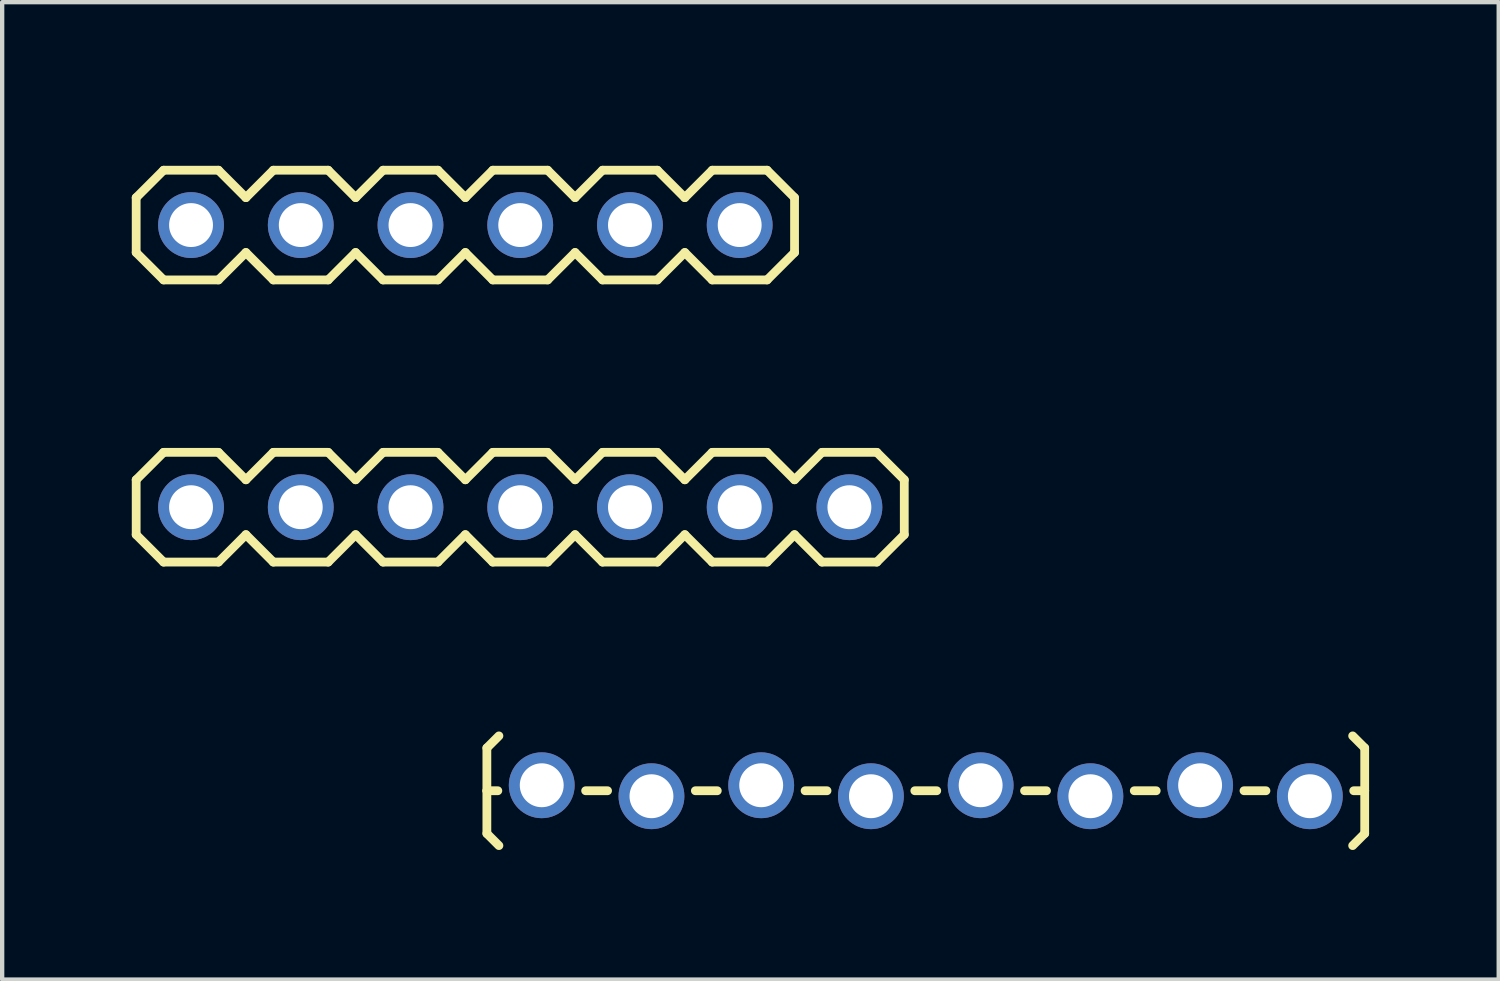
<source format=kicad_pcb>
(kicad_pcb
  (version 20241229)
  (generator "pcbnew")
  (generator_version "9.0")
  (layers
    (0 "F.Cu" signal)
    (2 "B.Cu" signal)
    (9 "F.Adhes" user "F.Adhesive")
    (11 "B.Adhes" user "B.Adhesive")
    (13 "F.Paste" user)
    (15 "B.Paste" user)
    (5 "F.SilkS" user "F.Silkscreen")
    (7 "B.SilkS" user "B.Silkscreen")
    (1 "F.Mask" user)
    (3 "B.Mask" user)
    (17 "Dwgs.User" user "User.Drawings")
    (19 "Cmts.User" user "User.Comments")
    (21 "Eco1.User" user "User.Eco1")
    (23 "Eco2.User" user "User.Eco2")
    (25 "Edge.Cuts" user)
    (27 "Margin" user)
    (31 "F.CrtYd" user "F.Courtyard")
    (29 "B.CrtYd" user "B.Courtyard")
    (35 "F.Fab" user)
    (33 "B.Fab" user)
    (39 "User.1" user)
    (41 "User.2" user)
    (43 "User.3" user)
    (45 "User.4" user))
  (footprint "1X07"
    (layer "F.Cu")
    (at 1.372 8.691)
    (property "Reference" "1X07" (at 1.194 -1.194 0) (layer "Eco1.User") (effects (font (size 1.27 1.27) (thickness 0.127))))
    (attr through_hole)
    (fp_line (start -1.27 -0.635) (end -1.27 0.635) (stroke (width 0.203) (type solid)) (layer "F.SilkS"))
    (fp_line (start -1.27 0.635) (end -0.635 1.27) (stroke (width 0.203) (type solid)) (layer "F.SilkS"))
    (fp_line (start -0.635 -1.27) (end -1.27 -0.635) (stroke (width 0.203) (type solid)) (layer "F.SilkS"))
    (fp_line (start -0.635 -1.27) (end 0.635 -1.27) (stroke (width 0.203) (type solid)) (layer "F.SilkS"))
    (fp_line (start 0.635 -1.27) (end 1.27 -0.635) (stroke (width 0.203) (type solid)) (layer "F.SilkS"))
    (fp_line (start 0.635 1.27) (end -0.635 1.27) (stroke (width 0.203) (type solid)) (layer "F.SilkS"))
    (fp_line (start 1.27 -0.635) (end 1.905 -1.27) (stroke (width 0.203) (type solid)) (layer "F.SilkS"))
    (fp_line (start 1.27 0.635) (end 0.635 1.27) (stroke (width 0.203) (type solid)) (layer "F.SilkS"))
    (fp_line (start 1.905 -1.27) (end 3.175 -1.27) (stroke (width 0.203) (type solid)) (layer "F.SilkS"))
    (fp_line (start 1.905 1.27) (end 1.27 0.635) (stroke (width 0.203) (type solid)) (layer "F.SilkS"))
    (fp_line (start 3.175 -1.27) (end 3.81 -0.635) (stroke (width 0.203) (type solid)) (layer "F.SilkS"))
    (fp_line (start 3.175 1.27) (end 1.905 1.27) (stroke (width 0.203) (type solid)) (layer "F.SilkS"))
    (fp_line (start 3.81 -0.635) (end 4.445 -1.27) (stroke (width 0.203) (type solid)) (layer "F.SilkS"))
    (fp_line (start 3.81 0.635) (end 3.175 1.27) (stroke (width 0.203) (type solid)) (layer "F.SilkS"))
    (fp_line (start 4.445 -1.27) (end 5.715 -1.27) (stroke (width 0.203) (type solid)) (layer "F.SilkS"))
    (fp_line (start 4.445 1.27) (end 3.81 0.635) (stroke (width 0.203) (type solid)) (layer "F.SilkS"))
    (fp_line (start 5.715 -1.27) (end 6.35 -0.635) (stroke (width 0.203) (type solid)) (layer "F.SilkS"))
    (fp_line (start 5.715 1.27) (end 4.445 1.27) (stroke (width 0.203) (type solid)) (layer "F.SilkS"))
    (fp_line (start 6.35 0.635) (end 5.715 1.27) (stroke (width 0.203) (type solid)) (layer "F.SilkS"))
    (fp_line (start 6.35 0.635) (end 6.985 1.27) (stroke (width 0.203) (type solid)) (layer "F.SilkS"))
    (fp_line (start 6.985 -1.27) (end 6.35 -0.635) (stroke (width 0.203) (type solid)) (layer "F.SilkS"))
    (fp_line (start 6.985 -1.27) (end 8.255 -1.27) (stroke (width 0.203) (type solid)) (layer "F.SilkS"))
    (fp_line (start 8.255 -1.27) (end 8.89 -0.635) (stroke (width 0.203) (type solid)) (layer "F.SilkS"))
    (fp_line (start 8.255 1.27) (end 6.985 1.27) (stroke (width 0.203) (type solid)) (layer "F.SilkS"))
    (fp_line (start 8.89 -0.635) (end 9.525 -1.27) (stroke (width 0.203) (type solid)) (layer "F.SilkS"))
    (fp_line (start 8.89 0.635) (end 8.255 1.27) (stroke (width 0.203) (type solid)) (layer "F.SilkS"))
    (fp_line (start 9.525 -1.27) (end 10.795 -1.27) (stroke (width 0.203) (type solid)) (layer "F.SilkS"))
    (fp_line (start 9.525 1.27) (end 8.89 0.635) (stroke (width 0.203) (type solid)) (layer "F.SilkS"))
    (fp_line (start 10.795 -1.27) (end 11.43 -0.635) (stroke (width 0.203) (type solid)) (layer "F.SilkS"))
    (fp_line (start 10.795 1.27) (end 9.525 1.27) (stroke (width 0.203) (type solid)) (layer "F.SilkS"))
    (fp_line (start 11.43 -0.635) (end 12.065 -1.27) (stroke (width 0.203) (type solid)) (layer "F.SilkS"))
    (fp_line (start 11.43 0.635) (end 10.795 1.27) (stroke (width 0.203) (type solid)) (layer "F.SilkS"))
    (fp_line (start 12.065 -1.27) (end 13.335 -1.27) (stroke (width 0.203) (type solid)) (layer "F.SilkS"))
    (fp_line (start 12.065 1.27) (end 11.43 0.635) (stroke (width 0.203) (type solid)) (layer "F.SilkS"))
    (fp_line (start 13.335 -1.27) (end 13.97 -0.635) (stroke (width 0.203) (type solid)) (layer "F.SilkS"))
    (fp_line (start 13.335 1.27) (end 12.065 1.27) (stroke (width 0.203) (type solid)) (layer "F.SilkS"))
    (fp_line (start 13.97 0.635) (end 13.335 1.27) (stroke (width 0.203) (type solid)) (layer "F.SilkS"))
    (fp_line (start 13.97 0.635) (end 14.605 1.27) (stroke (width 0.203) (type solid)) (layer "F.SilkS"))
    (fp_line (start 14.605 -1.27) (end 13.97 -0.635) (stroke (width 0.203) (type solid)) (layer "F.SilkS"))
    (fp_line (start 14.605 -1.27) (end 15.875 -1.27) (stroke (width 0.203) (type solid)) (layer "F.SilkS"))
    (fp_line (start 15.875 -1.27) (end 16.51 -0.635) (stroke (width 0.203) (type solid)) (layer "F.SilkS"))
    (fp_line (start 15.875 1.27) (end 14.605 1.27) (stroke (width 0.203) (type solid)) (layer "F.SilkS"))
    (fp_line (start 16.51 -0.635) (end 16.51 0.635) (stroke (width 0.203) (type solid)) (layer "F.SilkS"))
    (fp_line (start 16.51 0.635) (end 15.875 1.27) (stroke (width 0.203) (type solid)) (layer "F.SilkS"))
    (pad "1" thru_hole oval (at 0 0 90) (size 1.524 1.524) (drill 1.016) (layers "*.Cu" "*.Mask"))
    (pad "2" thru_hole oval (at 2.54 0 90) (size 1.524 1.524) (drill 1.016) (layers "*.Cu" "*.Mask"))
    (pad "3" thru_hole oval (at 5.08 0 90) (size 1.524 1.524) (drill 1.016) (layers "*.Cu" "*.Mask"))
    (pad "4" thru_hole oval (at 7.62 0 90) (size 1.524 1.524) (drill 1.016) (layers "*.Cu" "*.Mask"))
    (pad "5" thru_hole oval (at 10.16 0 90) (size 1.524 1.524) (drill 1.016) (layers "*.Cu" "*.Mask"))
    (pad "6" thru_hole oval (at 12.7 0 90) (size 1.524 1.524) (drill 1.016) (layers "*.Cu" "*.Mask"))
    (pad "7" thru_hole oval (at 15.24 0 90) (size 1.524 1.524) (drill 1.016) (layers "*.Cu" "*.Mask")))
  (footprint "1X08_LOCK_LONGPADS"
    (layer "F.Cu")
    (at 9.49 15.254)
    (property "Reference" "1X08_LOCK_LONGPADS" (at 1.27 -1.27 0) (layer "Eco1.User") (effects (font (size 1.27 1.27) (thickness 0.102))))
    (attr through_hole)
    (fp_line (start -1.27 -0.991) (end -0.991 -1.27) (stroke (width 0.203) (type solid)) (layer "F.SilkS"))
    (fp_line (start -1.27 0) (end -1.27 -0.991) (stroke (width 0.203) (type solid)) (layer "F.SilkS"))
    (fp_line (start -1.27 0) (end -1.27 0.991) (stroke (width 0.203) (type solid)) (layer "F.SilkS"))
    (fp_line (start -1.27 0) (end -1.016 0) (stroke (width 0.203) (type solid)) (layer "F.SilkS"))
    (fp_line (start -1.27 0.991) (end -0.991 1.27) (stroke (width 0.203) (type solid)) (layer "F.SilkS"))
    (fp_line (start 1.524 0) (end 1.016 0) (stroke (width 0.203) (type solid)) (layer "F.SilkS"))
    (fp_line (start 4.064 0) (end 3.556 0) (stroke (width 0.203) (type solid)) (layer "F.SilkS"))
    (fp_line (start 6.604 0) (end 6.096 0) (stroke (width 0.203) (type solid)) (layer "F.SilkS"))
    (fp_line (start 9.144 0) (end 8.636 0) (stroke (width 0.203) (type solid)) (layer "F.SilkS"))
    (fp_line (start 11.684 0) (end 11.176 0) (stroke (width 0.203) (type solid)) (layer "F.SilkS"))
    (fp_line (start 14.224 0) (end 13.716 0) (stroke (width 0.203) (type solid)) (layer "F.SilkS"))
    (fp_line (start 16.764 0) (end 16.256 0) (stroke (width 0.203) (type solid)) (layer "F.SilkS"))
    (fp_line (start 19.05 -0.991) (end 18.771 -1.27) (stroke (width 0.203) (type solid)) (layer "F.SilkS"))
    (fp_line (start 19.05 0) (end 18.796 0) (stroke (width 0.203) (type solid)) (layer "F.SilkS"))
    (fp_line (start 19.05 0) (end 19.05 -0.991) (stroke (width 0.203) (type solid)) (layer "F.SilkS"))
    (fp_line (start 19.05 0) (end 19.05 0.991) (stroke (width 0.203) (type solid)) (layer "F.SilkS"))
    (fp_line (start 19.05 0.991) (end 18.771 1.27) (stroke (width 0.203) (type solid)) (layer "F.SilkS"))
    (pad "1" thru_hole oval (at 0 -0.127 90) (size 1.524 1.524) (drill 1.016) (layers "*.Cu" "*.Mask"))
    (pad "2" thru_hole oval (at 2.54 0.127 90) (size 1.524 1.524) (drill 1.016) (layers "*.Cu" "*.Mask"))
    (pad "3" thru_hole oval (at 5.08 -0.127 90) (size 1.524 1.524) (drill 1.016) (layers "*.Cu" "*.Mask"))
    (pad "4" thru_hole oval (at 7.62 0.127 90) (size 1.524 1.524) (drill 1.016) (layers "*.Cu" "*.Mask"))
    (pad "5" thru_hole oval (at 10.16 -0.127 90) (size 1.524 1.524) (drill 1.016) (layers "*.Cu" "*.Mask"))
    (pad "6" thru_hole oval (at 12.7 0.127 90) (size 1.524 1.524) (drill 1.016) (layers "*.Cu" "*.Mask"))
    (pad "7" thru_hole oval (at 15.24 -0.127 90) (size 1.524 1.524) (drill 1.016) (layers "*.Cu" "*.Mask"))
    (pad "8" thru_hole oval (at 17.78 0.127 90) (size 1.524 1.524) (drill 1.016) (layers "*.Cu" "*.Mask")))
  (footprint "1X06"
    (layer "F.Cu")
    (at 1.372 2.16)
    (property "Reference" "1X06" (at 1.194 -1.194 0) (layer "Eco1.User") (effects (font (size 1.27 1.27) (thickness 0.127))))
    (attr through_hole)
    (fp_line (start -1.27 -0.635) (end -1.27 0.635) (stroke (width 0.203) (type solid)) (layer "F.SilkS"))
    (fp_line (start -1.27 0.635) (end -0.635 1.27) (stroke (width 0.203) (type solid)) (layer "F.SilkS"))
    (fp_line (start -0.635 -1.27) (end -1.27 -0.635) (stroke (width 0.203) (type solid)) (layer "F.SilkS"))
    (fp_line (start -0.635 -1.27) (end 0.635 -1.27) (stroke (width 0.203) (type solid)) (layer "F.SilkS"))
    (fp_line (start 0.635 -1.27) (end 1.27 -0.635) (stroke (width 0.203) (type solid)) (layer "F.SilkS"))
    (fp_line (start 0.635 1.27) (end -0.635 1.27) (stroke (width 0.203) (type solid)) (layer "F.SilkS"))
    (fp_line (start 1.27 -0.635) (end 1.905 -1.27) (stroke (width 0.203) (type solid)) (layer "F.SilkS"))
    (fp_line (start 1.27 0.635) (end 0.635 1.27) (stroke (width 0.203) (type solid)) (layer "F.SilkS"))
    (fp_line (start 1.905 -1.27) (end 3.175 -1.27) (stroke (width 0.203) (type solid)) (layer "F.SilkS"))
    (fp_line (start 1.905 1.27) (end 1.27 0.635) (stroke (width 0.203) (type solid)) (layer "F.SilkS"))
    (fp_line (start 3.175 -1.27) (end 3.81 -0.635) (stroke (width 0.203) (type solid)) (layer "F.SilkS"))
    (fp_line (start 3.175 1.27) (end 1.905 1.27) (stroke (width 0.203) (type solid)) (layer "F.SilkS"))
    (fp_line (start 3.81 -0.635) (end 4.445 -1.27) (stroke (width 0.203) (type solid)) (layer "F.SilkS"))
    (fp_line (start 3.81 0.635) (end 3.175 1.27) (stroke (width 0.203) (type solid)) (layer "F.SilkS"))
    (fp_line (start 4.445 -1.27) (end 5.715 -1.27) (stroke (width 0.203) (type solid)) (layer "F.SilkS"))
    (fp_line (start 4.445 1.27) (end 3.81 0.635) (stroke (width 0.203) (type solid)) (layer "F.SilkS"))
    (fp_line (start 5.715 -1.27) (end 6.35 -0.635) (stroke (width 0.203) (type solid)) (layer "F.SilkS"))
    (fp_line (start 5.715 1.27) (end 4.445 1.27) (stroke (width 0.203) (type solid)) (layer "F.SilkS"))
    (fp_line (start 6.35 0.635) (end 5.715 1.27) (stroke (width 0.203) (type solid)) (layer "F.SilkS"))
    (fp_line (start 6.35 0.635) (end 6.985 1.27) (stroke (width 0.203) (type solid)) (layer "F.SilkS"))
    (fp_line (start 6.985 -1.27) (end 6.35 -0.635) (stroke (width 0.203) (type solid)) (layer "F.SilkS"))
    (fp_line (start 6.985 -1.27) (end 8.255 -1.27) (stroke (width 0.203) (type solid)) (layer "F.SilkS"))
    (fp_line (start 8.255 -1.27) (end 8.89 -0.635) (stroke (width 0.203) (type solid)) (layer "F.SilkS"))
    (fp_line (start 8.255 1.27) (end 6.985 1.27) (stroke (width 0.203) (type solid)) (layer "F.SilkS"))
    (fp_line (start 8.89 -0.635) (end 9.525 -1.27) (stroke (width 0.203) (type solid)) (layer "F.SilkS"))
    (fp_line (start 8.89 0.635) (end 8.255 1.27) (stroke (width 0.203) (type solid)) (layer "F.SilkS"))
    (fp_line (start 9.525 -1.27) (end 10.795 -1.27) (stroke (width 0.203) (type solid)) (layer "F.SilkS"))
    (fp_line (start 9.525 1.27) (end 8.89 0.635) (stroke (width 0.203) (type solid)) (layer "F.SilkS"))
    (fp_line (start 10.795 -1.27) (end 11.43 -0.635) (stroke (width 0.203) (type solid)) (layer "F.SilkS"))
    (fp_line (start 10.795 1.27) (end 9.525 1.27) (stroke (width 0.203) (type solid)) (layer "F.SilkS"))
    (fp_line (start 11.43 -0.635) (end 12.065 -1.27) (stroke (width 0.203) (type solid)) (layer "F.SilkS"))
    (fp_line (start 11.43 0.635) (end 10.795 1.27) (stroke (width 0.203) (type solid)) (layer "F.SilkS"))
    (fp_line (start 12.065 -1.27) (end 13.335 -1.27) (stroke (width 0.203) (type solid)) (layer "F.SilkS"))
    (fp_line (start 12.065 1.27) (end 11.43 0.635) (stroke (width 0.203) (type solid)) (layer "F.SilkS"))
    (fp_line (start 13.335 -1.27) (end 13.97 -0.635) (stroke (width 0.203) (type solid)) (layer "F.SilkS"))
    (fp_line (start 13.335 1.27) (end 12.065 1.27) (stroke (width 0.203) (type solid)) (layer "F.SilkS"))
    (fp_line (start 13.97 -0.635) (end 13.97 0.635) (stroke (width 0.203) (type solid)) (layer "F.SilkS"))
    (fp_line (start 13.97 0.635) (end 13.335 1.27) (stroke (width 0.203) (type solid)) (layer "F.SilkS"))
    (pad "1" thru_hole oval (at 0 0 90) (size 1.524 1.524) (drill 1.016) (layers "*.Cu" "*.Mask"))
    (pad "2" thru_hole oval (at 2.54 0 90) (size 1.524 1.524) (drill 1.016) (layers "*.Cu" "*.Mask"))
    (pad "3" thru_hole oval (at 5.08 0 90) (size 1.524 1.524) (drill 1.016) (layers "*.Cu" "*.Mask"))
    (pad "4" thru_hole oval (at 7.62 0 90) (size 1.524 1.524) (drill 1.016) (layers "*.Cu" "*.Mask"))
    (pad "5" thru_hole oval (at 10.16 0 90) (size 1.524 1.524) (drill 1.016) (layers "*.Cu" "*.Mask"))
    (pad "6" thru_hole oval (at 12.7 0 90) (size 1.524 1.524) (drill 1.016) (layers "*.Cu" "*.Mask")))
  (gr_rect
    (start -3 -3)
    (end 31.642 19.625)
    (stroke (width 0.1) (type default))
    (fill no)
    (layer "Edge.Cuts")))
</source>
